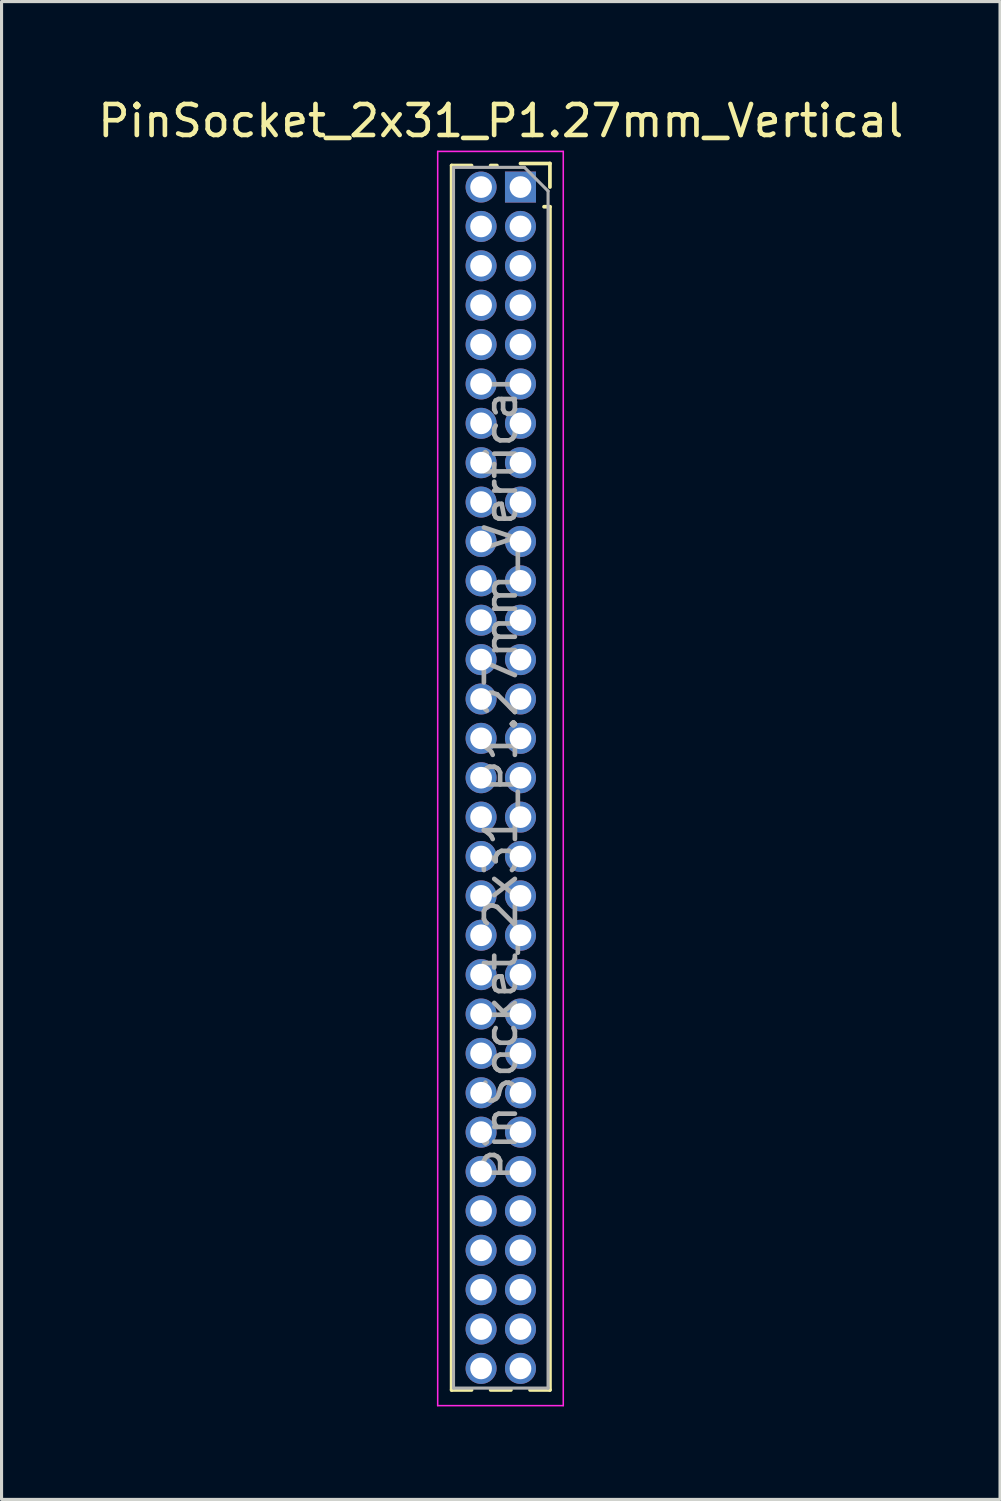
<source format=kicad_pcb>
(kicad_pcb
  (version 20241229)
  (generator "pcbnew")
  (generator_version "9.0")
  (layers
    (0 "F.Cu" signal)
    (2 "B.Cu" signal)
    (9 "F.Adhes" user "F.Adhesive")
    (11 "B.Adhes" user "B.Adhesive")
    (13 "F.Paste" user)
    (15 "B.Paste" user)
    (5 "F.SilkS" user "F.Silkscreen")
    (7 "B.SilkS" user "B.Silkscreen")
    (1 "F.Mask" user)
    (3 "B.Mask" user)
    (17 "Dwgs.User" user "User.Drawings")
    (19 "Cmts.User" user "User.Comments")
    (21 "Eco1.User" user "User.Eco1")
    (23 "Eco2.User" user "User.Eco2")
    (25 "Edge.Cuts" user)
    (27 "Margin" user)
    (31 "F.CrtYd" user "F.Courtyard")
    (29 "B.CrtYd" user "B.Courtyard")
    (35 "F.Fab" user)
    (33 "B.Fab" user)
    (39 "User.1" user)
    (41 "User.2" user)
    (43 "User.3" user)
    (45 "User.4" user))
  (footprint "PinSocket_2x31_P1.27mm_Vertical"
    (layer "F.Cu")
    (at 13.736 2.983)
    (property "Reference" "PinSocket_2x31_P1.27mm_Vertical" (at -0.635 -2.135 0) (layer "F.SilkS") (effects (font (size 1 1) (thickness 0.15))))
    (attr through_hole)
    (fp_line (start -2.22 -0.695) (end -2.22 38.795) (stroke (width 0.12) (type solid)) (layer "F.SilkS"))
    (fp_line (start -2.22 -0.695) (end -1.578 -0.695) (stroke (width 0.12) (type solid)) (layer "F.SilkS"))
    (fp_line (start -2.22 38.795) (end -1.578 38.795) (stroke (width 0.12) (type solid)) (layer "F.SilkS"))
    (fp_line (start -0.962 -0.695) (end -0.76 -0.695) (stroke (width 0.12) (type solid)) (layer "F.SilkS"))
    (fp_line (start -0.962 38.795) (end -0.308 38.795) (stroke (width 0.12) (type solid)) (layer "F.SilkS"))
    (fp_line (start 0 -0.76) (end 0.95 -0.76) (stroke (width 0.12) (type solid)) (layer "F.SilkS"))
    (fp_line (start 0.308 38.795) (end 0.95 38.795) (stroke (width 0.12) (type solid)) (layer "F.SilkS"))
    (fp_line (start 0.76 0.635) (end 0.95 0.635) (stroke (width 0.12) (type solid)) (layer "F.SilkS"))
    (fp_line (start 0.95 -0.76) (end 0.95 0) (stroke (width 0.12) (type solid)) (layer "F.SilkS"))
    (fp_line (start 0.95 0.635) (end 0.95 38.795) (stroke (width 0.12) (type solid)) (layer "F.SilkS"))
    (fp_line (start -2.67 -1.15) (end 1.38 -1.15) (stroke (width 0.05) (type solid)) (layer "F.CrtYd"))
    (fp_line (start -2.67 39.3) (end -2.67 -1.15) (stroke (width 0.05) (type solid)) (layer "F.CrtYd"))
    (fp_line (start 1.38 -1.15) (end 1.38 39.3) (stroke (width 0.05) (type solid)) (layer "F.CrtYd"))
    (fp_line (start 1.38 39.3) (end -2.67 39.3) (stroke (width 0.05) (type solid)) (layer "F.CrtYd"))
    (fp_line (start -2.16 -0.635) (end 0.128 -0.635) (stroke (width 0.1) (type solid)) (layer "F.Fab"))
    (fp_line (start -2.16 38.735) (end -2.16 -0.635) (stroke (width 0.1) (type solid)) (layer "F.Fab"))
    (fp_line (start 0.128 -0.635) (end 0.89 0.128) (stroke (width 0.1) (type solid)) (layer "F.Fab"))
    (fp_line (start 0.89 0.128) (end 0.89 38.735) (stroke (width 0.1) (type solid)) (layer "F.Fab"))
    (fp_line (start 0.89 38.735) (end -2.16 38.735) (stroke (width 0.1) (type solid)) (layer "F.Fab"))
    (fp_text user "${REFERENCE}" (at -0.635 19.05 90) (layer "F.Fab") (effects (font (size 1 1) (thickness 0.15))))
    (pad "1" thru_hole rect (at 0 0) (size 1 1) (drill 0.7) (layers "*.Cu" "*.Mask"))
    (pad "2" thru_hole circle (at -1.27 0) (size 1 1) (drill 0.7) (layers "*.Cu" "*.Mask"))
    (pad "3" thru_hole circle (at 0 1.27) (size 1 1) (drill 0.7) (layers "*.Cu" "*.Mask"))
    (pad "4" thru_hole circle (at -1.27 1.27) (size 1 1) (drill 0.7) (layers "*.Cu" "*.Mask"))
    (pad "5" thru_hole circle (at 0 2.54) (size 1 1) (drill 0.7) (layers "*.Cu" "*.Mask"))
    (pad "6" thru_hole circle (at -1.27 2.54) (size 1 1) (drill 0.7) (layers "*.Cu" "*.Mask"))
    (pad "7" thru_hole circle (at 0 3.81) (size 1 1) (drill 0.7) (layers "*.Cu" "*.Mask"))
    (pad "8" thru_hole circle (at -1.27 3.81) (size 1 1) (drill 0.7) (layers "*.Cu" "*.Mask"))
    (pad "9" thru_hole circle (at 0 5.08) (size 1 1) (drill 0.7) (layers "*.Cu" "*.Mask"))
    (pad "10" thru_hole circle (at -1.27 5.08) (size 1 1) (drill 0.7) (layers "*.Cu" "*.Mask"))
    (pad "11" thru_hole circle (at 0 6.35) (size 1 1) (drill 0.7) (layers "*.Cu" "*.Mask"))
    (pad "12" thru_hole circle (at -1.27 6.35) (size 1 1) (drill 0.7) (layers "*.Cu" "*.Mask"))
    (pad "13" thru_hole circle (at 0 7.62) (size 1 1) (drill 0.7) (layers "*.Cu" "*.Mask"))
    (pad "14" thru_hole circle (at -1.27 7.62) (size 1 1) (drill 0.7) (layers "*.Cu" "*.Mask"))
    (pad "15" thru_hole circle (at 0 8.89) (size 1 1) (drill 0.7) (layers "*.Cu" "*.Mask"))
    (pad "16" thru_hole circle (at -1.27 8.89) (size 1 1) (drill 0.7) (layers "*.Cu" "*.Mask"))
    (pad "17" thru_hole circle (at 0 10.16) (size 1 1) (drill 0.7) (layers "*.Cu" "*.Mask"))
    (pad "18" thru_hole circle (at -1.27 10.16) (size 1 1) (drill 0.7) (layers "*.Cu" "*.Mask"))
    (pad "19" thru_hole circle (at 0 11.43) (size 1 1) (drill 0.7) (layers "*.Cu" "*.Mask"))
    (pad "20" thru_hole circle (at -1.27 11.43) (size 1 1) (drill 0.7) (layers "*.Cu" "*.Mask"))
    (pad "21" thru_hole circle (at 0 12.7) (size 1 1) (drill 0.7) (layers "*.Cu" "*.Mask"))
    (pad "22" thru_hole circle (at -1.27 12.7) (size 1 1) (drill 0.7) (layers "*.Cu" "*.Mask"))
    (pad "23" thru_hole circle (at 0 13.97) (size 1 1) (drill 0.7) (layers "*.Cu" "*.Mask"))
    (pad "24" thru_hole circle (at -1.27 13.97) (size 1 1) (drill 0.7) (layers "*.Cu" "*.Mask"))
    (pad "25" thru_hole circle (at 0 15.24) (size 1 1) (drill 0.7) (layers "*.Cu" "*.Mask"))
    (pad "26" thru_hole circle (at -1.27 15.24) (size 1 1) (drill 0.7) (layers "*.Cu" "*.Mask"))
    (pad "27" thru_hole circle (at 0 16.51) (size 1 1) (drill 0.7) (layers "*.Cu" "*.Mask"))
    (pad "28" thru_hole circle (at -1.27 16.51) (size 1 1) (drill 0.7) (layers "*.Cu" "*.Mask"))
    (pad "29" thru_hole circle (at 0 17.78) (size 1 1) (drill 0.7) (layers "*.Cu" "*.Mask"))
    (pad "30" thru_hole circle (at -1.27 17.78) (size 1 1) (drill 0.7) (layers "*.Cu" "*.Mask"))
    (pad "31" thru_hole circle (at 0 19.05) (size 1 1) (drill 0.7) (layers "*.Cu" "*.Mask"))
    (pad "32" thru_hole circle (at -1.27 19.05) (size 1 1) (drill 0.7) (layers "*.Cu" "*.Mask"))
    (pad "33" thru_hole circle (at 0 20.32) (size 1 1) (drill 0.7) (layers "*.Cu" "*.Mask"))
    (pad "34" thru_hole circle (at -1.27 20.32) (size 1 1) (drill 0.7) (layers "*.Cu" "*.Mask"))
    (pad "35" thru_hole circle (at 0 21.59) (size 1 1) (drill 0.7) (layers "*.Cu" "*.Mask"))
    (pad "36" thru_hole circle (at -1.27 21.59) (size 1 1) (drill 0.7) (layers "*.Cu" "*.Mask"))
    (pad "37" thru_hole circle (at 0 22.86) (size 1 1) (drill 0.7) (layers "*.Cu" "*.Mask"))
    (pad "38" thru_hole circle (at -1.27 22.86) (size 1 1) (drill 0.7) (layers "*.Cu" "*.Mask"))
    (pad "39" thru_hole circle (at 0 24.13) (size 1 1) (drill 0.7) (layers "*.Cu" "*.Mask"))
    (pad "40" thru_hole circle (at -1.27 24.13) (size 1 1) (drill 0.7) (layers "*.Cu" "*.Mask"))
    (pad "41" thru_hole circle (at 0 25.4) (size 1 1) (drill 0.7) (layers "*.Cu" "*.Mask"))
    (pad "42" thru_hole circle (at -1.27 25.4) (size 1 1) (drill 0.7) (layers "*.Cu" "*.Mask"))
    (pad "43" thru_hole circle (at 0 26.67) (size 1 1) (drill 0.7) (layers "*.Cu" "*.Mask"))
    (pad "44" thru_hole circle (at -1.27 26.67) (size 1 1) (drill 0.7) (layers "*.Cu" "*.Mask"))
    (pad "45" thru_hole circle (at 0 27.94) (size 1 1) (drill 0.7) (layers "*.Cu" "*.Mask"))
    (pad "46" thru_hole circle (at -1.27 27.94) (size 1 1) (drill 0.7) (layers "*.Cu" "*.Mask"))
    (pad "47" thru_hole circle (at 0 29.21) (size 1 1) (drill 0.7) (layers "*.Cu" "*.Mask"))
    (pad "48" thru_hole circle (at -1.27 29.21) (size 1 1) (drill 0.7) (layers "*.Cu" "*.Mask"))
    (pad "49" thru_hole circle (at 0 30.48) (size 1 1) (drill 0.7) (layers "*.Cu" "*.Mask"))
    (pad "50" thru_hole circle (at -1.27 30.48) (size 1 1) (drill 0.7) (layers "*.Cu" "*.Mask"))
    (pad "51" thru_hole circle (at 0 31.75) (size 1 1) (drill 0.7) (layers "*.Cu" "*.Mask"))
    (pad "52" thru_hole circle (at -1.27 31.75) (size 1 1) (drill 0.7) (layers "*.Cu" "*.Mask"))
    (pad "53" thru_hole circle (at 0 33.02) (size 1 1) (drill 0.7) (layers "*.Cu" "*.Mask"))
    (pad "54" thru_hole circle (at -1.27 33.02) (size 1 1) (drill 0.7) (layers "*.Cu" "*.Mask"))
    (pad "55" thru_hole circle (at 0 34.29) (size 1 1) (drill 0.7) (layers "*.Cu" "*.Mask"))
    (pad "56" thru_hole circle (at -1.27 34.29) (size 1 1) (drill 0.7) (layers "*.Cu" "*.Mask"))
    (pad "57" thru_hole circle (at 0 35.56) (size 1 1) (drill 0.7) (layers "*.Cu" "*.Mask"))
    (pad "58" thru_hole circle (at -1.27 35.56) (size 1 1) (drill 0.7) (layers "*.Cu" "*.Mask"))
    (pad "59" thru_hole circle (at 0 36.83) (size 1 1) (drill 0.7) (layers "*.Cu" "*.Mask"))
    (pad "60" thru_hole circle (at -1.27 36.83) (size 1 1) (drill 0.7) (layers "*.Cu" "*.Mask"))
    (pad "61" thru_hole circle (at 0 38.1) (size 1 1) (drill 0.7) (layers "*.Cu" "*.Mask"))
    (pad "62" thru_hole circle (at -1.27 38.1) (size 1 1) (drill 0.7) (layers "*.Cu" "*.Mask")))
  (gr_rect
    (start -3 -3)
    (end 29.202 45.308)
    (stroke (width 0.1) (type default))
    (fill no)
    (layer "Edge.Cuts")))
</source>
